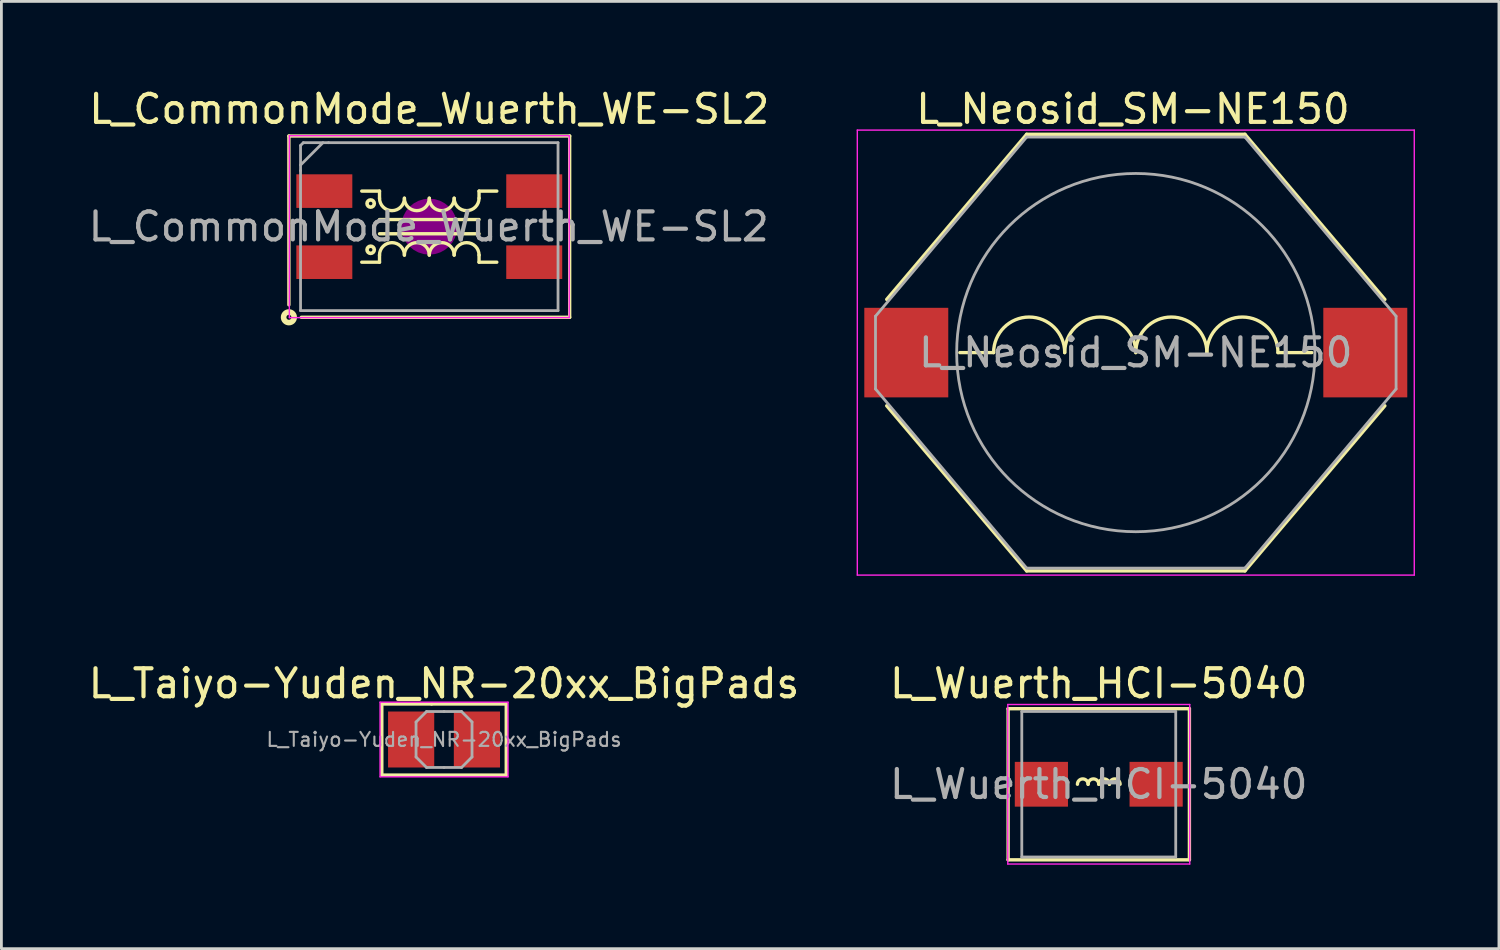
<source format=kicad_pcb>
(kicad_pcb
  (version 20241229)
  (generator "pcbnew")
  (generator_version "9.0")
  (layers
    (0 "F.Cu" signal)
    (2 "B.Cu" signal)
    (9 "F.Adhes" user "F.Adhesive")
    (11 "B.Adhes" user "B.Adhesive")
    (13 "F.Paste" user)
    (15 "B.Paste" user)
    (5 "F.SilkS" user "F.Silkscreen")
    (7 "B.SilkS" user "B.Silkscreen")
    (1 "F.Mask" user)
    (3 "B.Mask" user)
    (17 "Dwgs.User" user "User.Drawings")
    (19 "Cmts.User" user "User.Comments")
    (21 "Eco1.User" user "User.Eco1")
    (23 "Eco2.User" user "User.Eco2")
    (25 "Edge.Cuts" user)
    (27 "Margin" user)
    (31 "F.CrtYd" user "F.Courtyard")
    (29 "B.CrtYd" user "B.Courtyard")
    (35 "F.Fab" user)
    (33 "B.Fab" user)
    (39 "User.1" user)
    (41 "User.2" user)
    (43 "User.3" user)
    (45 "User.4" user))
  (footprint "L_Taiyo-Yuden_NR-20xx_BigPads"
    (layer "F.Cu")
    (at 12.815 23.372)
    (property "Reference" "L_Taiyo-Yuden_NR-20xx_BigPads" (at 0 -2 0) (layer "F.SilkS") (effects (font (size 1 1) (thickness 0.15))))
    (attr smd)
    (fp_line (start -2.223 -1.27) (end -2.223 1.27) (stroke (width 0.12) (type solid)) (layer "F.SilkS"))
    (fp_line (start -2.223 1.27) (end 2.223 1.27) (stroke (width 0.12) (type solid)) (layer "F.SilkS"))
    (fp_line (start -0.445 -1.27) (end -2.223 -1.27) (stroke (width 0.12) (type solid)) (layer "F.SilkS"))
    (fp_line (start 2.223 -1.27) (end -0.445 -1.27) (stroke (width 0.12) (type solid)) (layer "F.SilkS"))
    (fp_line (start 2.223 1.27) (end 2.223 -1.27) (stroke (width 0.12) (type solid)) (layer "F.SilkS"))
    (fp_line (start -2.286 -1.333) (end -2.286 1.333) (stroke (width 0.05) (type solid)) (layer "F.CrtYd"))
    (fp_line (start -2.286 1.333) (end 2.286 1.333) (stroke (width 0.05) (type solid)) (layer "F.CrtYd"))
    (fp_line (start 2.286 -1.333) (end -2.286 -1.333) (stroke (width 0.05) (type solid)) (layer "F.CrtYd"))
    (fp_line (start 2.286 1.333) (end 2.286 -1.333) (stroke (width 0.05) (type solid)) (layer "F.CrtYd"))
    (fp_line (start -1 -0.625) (end -0.625 -1) (stroke (width 0.1) (type solid)) (layer "F.Fab"))
    (fp_line (start -1 0) (end -1 -0.625) (stroke (width 0.1) (type solid)) (layer "F.Fab"))
    (fp_line (start -1 0) (end -1 0.625) (stroke (width 0.1) (type solid)) (layer "F.Fab"))
    (fp_line (start -1 0.625) (end -0.625 1) (stroke (width 0.1) (type solid)) (layer "F.Fab"))
    (fp_line (start -0.625 -1) (end 0 -1) (stroke (width 0.1) (type solid)) (layer "F.Fab"))
    (fp_line (start -0.625 1) (end 0 1) (stroke (width 0.1) (type solid)) (layer "F.Fab"))
    (fp_line (start 0.625 -1) (end 0 -1) (stroke (width 0.1) (type solid)) (layer "F.Fab"))
    (fp_line (start 0.625 1) (end 0 1) (stroke (width 0.1) (type solid)) (layer "F.Fab"))
    (fp_line (start 1 -0.625) (end 0.625 -1) (stroke (width 0.1) (type solid)) (layer "F.Fab"))
    (fp_line (start 1 0) (end 1 -0.625) (stroke (width 0.1) (type solid)) (layer "F.Fab"))
    (fp_line (start 1 0) (end 1 0.625) (stroke (width 0.1) (type solid)) (layer "F.Fab"))
    (fp_line (start 1 0.625) (end 0.625 1) (stroke (width 0.1) (type solid)) (layer "F.Fab"))
    (fp_text user "${REFERENCE}" (at 0 0 0) (layer "F.Fab") (effects (font (size 0.5 0.5) (thickness 0.075))))
    (pad "1" smd rect (at -1.175 0) (size 1.65 2) (layers "F.Cu" "F.Mask" "F.Paste"))
    (pad "2" smd rect (at 1.175 0) (size 1.65 2) (layers "F.Cu" "F.Mask" "F.Paste")))
  (footprint "L_Neosid_SM-NE150"
    (layer "F.Cu")
    (at 37.531 9.548)
    (property "Reference" "L_Neosid_SM-NE150" (at -0.1 -8.7 0) (layer "F.SilkS") (effects (font (size 1 1) (thickness 0.15))))
    (attr smd)
    (fp_line (start -8.9 1.9) (end -3.9 7.8) (stroke (width 0.12) (type solid)) (layer "F.SilkS"))
    (fp_line (start -5.08 0) (end -6.287 0) (stroke (width 0.12) (type solid)) (layer "F.SilkS"))
    (fp_line (start -3.9 -7.8) (end -8.9 -1.9) (stroke (width 0.12) (type solid)) (layer "F.SilkS"))
    (fp_line (start -3.9 -7.8) (end 3.9 -7.8) (stroke (width 0.12) (type solid)) (layer "F.SilkS"))
    (fp_line (start -3.9 7.8) (end 3.9 7.8) (stroke (width 0.12) (type solid)) (layer "F.SilkS"))
    (fp_line (start 3.9 -7.8) (end 8.9 -1.9) (stroke (width 0.12) (type solid)) (layer "F.SilkS"))
    (fp_line (start 3.9 7.8) (end 8.9 1.9) (stroke (width 0.12) (type solid)) (layer "F.SilkS"))
    (fp_line (start 5.08 0) (end 6.287 0) (stroke (width 0.12) (type solid)) (layer "F.SilkS"))
    (fp_arc (start -5.08 0) (mid -3.81 -1.27) (end -2.54 0) (stroke (width 0.12) (type solid)) (layer "F.SilkS"))
    (fp_arc (start -2.54 0) (mid -1.27 -1.27) (end 0 0) (stroke (width 0.12) (type solid)) (layer "F.SilkS"))
    (fp_arc (start 0 0) (mid 1.27 -1.27) (end 2.54 0) (stroke (width 0.12) (type solid)) (layer "F.SilkS"))
    (fp_arc (start 2.54 0) (mid 3.81 -1.27) (end 5.08 0) (stroke (width 0.12) (type solid)) (layer "F.SilkS"))
    (fp_line (start -9.95 -7.95) (end -9.95 7.95) (stroke (width 0.05) (type solid)) (layer "F.CrtYd"))
    (fp_line (start -9.95 -7.95) (end 9.95 -7.95) (stroke (width 0.05) (type solid)) (layer "F.CrtYd"))
    (fp_line (start 9.95 7.95) (end -9.95 7.95) (stroke (width 0.05) (type solid)) (layer "F.CrtYd"))
    (fp_line (start 9.95 7.95) (end 9.95 -7.95) (stroke (width 0.05) (type solid)) (layer "F.CrtYd"))
    (fp_line (start -9.3 -1.3) (end -3.9 -7.7) (stroke (width 0.1) (type solid)) (layer "F.Fab"))
    (fp_line (start -9.3 1.3) (end -9.3 -1.3) (stroke (width 0.1) (type solid)) (layer "F.Fab"))
    (fp_line (start -3.9 -7.7) (end 3.9 -7.7) (stroke (width 0.1) (type solid)) (layer "F.Fab"))
    (fp_line (start -3.9 7.7) (end -9.3 1.3) (stroke (width 0.1) (type solid)) (layer "F.Fab"))
    (fp_line (start 3.9 -7.7) (end 9.3 -1.3) (stroke (width 0.1) (type solid)) (layer "F.Fab"))
    (fp_line (start 3.9 7.7) (end -3.9 7.7) (stroke (width 0.1) (type solid)) (layer "F.Fab"))
    (fp_line (start 9.3 -1.3) (end 9.3 1.3) (stroke (width 0.1) (type solid)) (layer "F.Fab"))
    (fp_line (start 9.3 1.3) (end 3.9 7.7) (stroke (width 0.1) (type solid)) (layer "F.Fab"))
    (fp_circle (center 0 0) (end -6.4 0) (stroke (width 0.1) (type solid)) (fill no) (layer "F.Fab"))
    (fp_text user "${REFERENCE}" (at 0 0 0) (layer "F.Fab") (effects (font (size 1 1) (thickness 0.15))))
    (pad "1" smd rect (at -8.2 0 180) (size 3 3.2) (layers "F.Cu" "F.Mask" "F.Paste"))
    (pad "2" smd rect (at 8.2 0) (size 3 3.2) (layers "F.Cu" "F.Mask" "F.Paste")))
  (footprint "L_CommonMode_Wuerth_WE-SL2"
    (layer "F.Cu")
    (at 12.288 5.048)
    (property "Reference" "L_CommonMode_Wuerth_WE-SL2" (at 0 -4.2 0) (layer "F.SilkS") (effects (font (size 1 1) (thickness 0.15))))
    (attr smd)
    (fp_line (start -5.016 -3.239) (end -5.016 2.794) (stroke (width 0.12) (type solid)) (layer "F.SilkS"))
    (fp_line (start -4.572 3.239) (end 5.016 3.239) (stroke (width 0.12) (type solid)) (layer "F.SilkS"))
    (fp_line (start -2.413 -1.27) (end -1.778 -1.27) (stroke (width 0.12) (type solid)) (layer "F.SilkS"))
    (fp_line (start -2.413 1.27) (end -1.778 1.27) (stroke (width 0.12) (type solid)) (layer "F.SilkS"))
    (fp_line (start -1.778 -1.016) (end -1.778 -1.27) (stroke (width 0.12) (type solid)) (layer "F.SilkS"))
    (fp_line (start -1.778 0.254) (end 1.778 0.254) (stroke (width 0.12) (type solid)) (layer "F.SilkS"))
    (fp_line (start -1.778 1.016) (end -1.778 1.27) (stroke (width 0.12) (type solid)) (layer "F.SilkS"))
    (fp_line (start 1.778 -1.27) (end 2.413 -1.27) (stroke (width 0.12) (type solid)) (layer "F.SilkS"))
    (fp_line (start 1.778 -1.016) (end 1.778 -1.27) (stroke (width 0.12) (type solid)) (layer "F.SilkS"))
    (fp_line (start 1.778 -0.254) (end -1.778 -0.254) (stroke (width 0.12) (type solid)) (layer "F.SilkS"))
    (fp_line (start 1.778 1.016) (end 1.778 1.27) (stroke (width 0.12) (type solid)) (layer "F.SilkS"))
    (fp_line (start 1.778 1.27) (end 2.413 1.27) (stroke (width 0.12) (type solid)) (layer "F.SilkS"))
    (fp_line (start 5.016 -3.239) (end -5.016 -3.239) (stroke (width 0.12) (type solid)) (layer "F.SilkS"))
    (fp_line (start 5.016 3.239) (end 5.016 -3.239) (stroke (width 0.12) (type solid)) (layer "F.SilkS"))
    (fp_arc (start -1.778 1.016) (mid -1.3335 0.5715) (end -0.889 1.016) (stroke (width 0.12) (type solid)) (layer "F.SilkS"))
    (fp_arc (start -0.889 -1.016) (mid -1.3335 -0.5715) (end -1.778 -1.016) (stroke (width 0.12) (type solid)) (layer "F.SilkS"))
    (fp_arc (start -0.889 1.016) (mid -0.4445 0.5715) (end 0 1.016) (stroke (width 0.12) (type solid)) (layer "F.SilkS"))
    (fp_arc (start 0 -1.016) (mid -0.4445 -0.5715) (end -0.889 -1.016) (stroke (width 0.12) (type solid)) (layer "F.SilkS"))
    (fp_arc (start 0 1.016) (mid 0.4445 0.5715) (end 0.889 1.016) (stroke (width 0.12) (type solid)) (layer "F.SilkS"))
    (fp_arc (start 0.889 -1.016) (mid 0.4445 -0.5715) (end 0 -1.016) (stroke (width 0.12) (type solid)) (layer "F.SilkS"))
    (fp_arc (start 0.889 1.016) (mid 1.3335 0.5715) (end 1.778 1.016) (stroke (width 0.12) (type solid)) (layer "F.SilkS"))
    (fp_arc (start 1.778 -1.016) (mid 1.3335 -0.5715) (end 0.889 -1.016) (stroke (width 0.12) (type solid)) (layer "F.SilkS"))
    (fp_circle (center -5.016 3.239) (end -4.927 3.239) (stroke (width 0.2) (type solid)) (fill no) (layer "F.SilkS"))
    (fp_circle (center -2.095 -0.826) (end -2.095 -0.762) (stroke (width 0.13) (type solid)) (fill no) (layer "F.SilkS"))
    (fp_circle (center -2.095 0.826) (end -2.095 0.762) (stroke (width 0.13) (type solid)) (fill no) (layer "F.SilkS"))
    (fp_circle (center 0 0) (end 0.5 0) (stroke (width 1) (type solid)) (fill no) (layer "F.Adhes"))
    (fp_line (start -5 -3.25) (end 5 -3.25) (stroke (width 0.05) (type solid)) (layer "F.CrtYd"))
    (fp_line (start -5 3.25) (end -5 -3.25) (stroke (width 0.05) (type solid)) (layer "F.CrtYd"))
    (fp_line (start 5 -3.25) (end 5 3.25) (stroke (width 0.05) (type solid)) (layer "F.CrtYd"))
    (fp_line (start 5 3.25) (end -5 3.25) (stroke (width 0.05) (type solid)) (layer "F.CrtYd"))
    (fp_line (start -4.6 -2.9) (end -4.5 -3) (stroke (width 0.1) (type solid)) (layer "F.Fab"))
    (fp_line (start -4.6 -2.2) (end -3.8 -3) (stroke (width 0.1) (type solid)) (layer "F.Fab"))
    (fp_line (start -4.6 -2) (end -4.6 -2.9) (stroke (width 0.1) (type solid)) (layer "F.Fab"))
    (fp_line (start -4.6 -2) (end -4.6 3) (stroke (width 0.1) (type solid)) (layer "F.Fab"))
    (fp_line (start -4.5 -3) (end -3.6 -3) (stroke (width 0.1) (type solid)) (layer "F.Fab"))
    (fp_line (start -3.6 -3) (end 4.6 -3) (stroke (width 0.1) (type solid)) (layer "F.Fab"))
    (fp_line (start 4.6 -3) (end 4.6 3) (stroke (width 0.1) (type solid)) (layer "F.Fab"))
    (fp_line (start 4.6 3) (end -4.6 3) (stroke (width 0.1) (type solid)) (layer "F.Fab"))
    (fp_text user "${REFERENCE}" (at -0.02 0 0) (layer "F.Fab") (effects (font (size 1 1) (thickness 0.15))))
    (pad "1" smd rect (at -3.75 -1.27) (size 2 1.2) (layers "F.Cu" "F.Mask" "F.Paste"))
    (pad "2" smd rect (at -3.75 1.27) (size 2 1.2) (layers "F.Cu" "F.Mask" "F.Paste"))
    (pad "3" smd rect (at 3.75 1.27) (size 2 1.2) (layers "F.Cu" "F.Mask" "F.Paste"))
    (pad "4" smd rect (at 3.75 -1.27) (size 2 1.2) (layers "F.Cu" "F.Mask" "F.Paste")))
  (footprint "L_Wuerth_HCI-5040"
    (layer "F.Cu")
    (at 36.208 24.971)
    (property "Reference" "L_Wuerth_HCI-5040" (at 0 -3.6 0) (layer "F.SilkS") (effects (font (size 1 1) (thickness 0.15))))
    (attr smd)
    (fp_line (start -3.239 -2.7) (end -3.239 2.7) (stroke (width 0.12) (type solid)) (layer "F.SilkS"))
    (fp_line (start -3.239 -2.7) (end 3.239 -2.7) (stroke (width 0.12) (type solid)) (layer "F.SilkS"))
    (fp_line (start -3.239 2.7) (end 3.239 2.7) (stroke (width 0.12) (type solid)) (layer "F.SilkS"))
    (fp_line (start 3.239 2.7) (end 3.239 -2.7) (stroke (width 0.12) (type solid)) (layer "F.SilkS"))
    (fp_arc (start -0.762 0) (mid -0.5715 -0.1905) (end -0.381 0) (stroke (width 0.12) (type solid)) (layer "F.SilkS"))
    (fp_arc (start -0.381 0) (mid -0.1905 -0.1905) (end 0 0) (stroke (width 0.12) (type solid)) (layer "F.SilkS"))
    (fp_arc (start 0 0) (mid 0.1905 -0.1905) (end 0.381 0) (stroke (width 0.12) (type solid)) (layer "F.SilkS"))
    (fp_arc (start 0.381 0) (mid 0.5715 -0.1905) (end 0.762 0) (stroke (width 0.12) (type solid)) (layer "F.SilkS"))
    (fp_line (start -3.25 -2.85) (end -3.25 2.85) (stroke (width 0.05) (type solid)) (layer "F.CrtYd"))
    (fp_line (start -3.25 2.85) (end 3.25 2.85) (stroke (width 0.05) (type solid)) (layer "F.CrtYd"))
    (fp_line (start 3.25 -2.85) (end -3.25 -2.85) (stroke (width 0.05) (type solid)) (layer "F.CrtYd"))
    (fp_line (start 3.25 2.85) (end 3.25 -2.85) (stroke (width 0.05) (type solid)) (layer "F.CrtYd"))
    (fp_line (start -2.75 -2.6) (end -2.75 2.6) (stroke (width 0.1) (type solid)) (layer "F.Fab"))
    (fp_line (start -2.75 2.6) (end 2.75 2.6) (stroke (width 0.1) (type solid)) (layer "F.Fab"))
    (fp_line (start 2.75 -2.6) (end -2.75 -2.6) (stroke (width 0.1) (type solid)) (layer "F.Fab"))
    (fp_line (start 2.75 2.6) (end 2.75 -2.6) (stroke (width 0.1) (type solid)) (layer "F.Fab"))
    (fp_text user "${REFERENCE}" (at 0 0 0) (layer "F.Fab") (effects (font (size 1 1) (thickness 0.15))))
    (pad "1" smd rect (at -2.05 0) (size 1.9 1.6) (layers "F.Cu" "F.Mask" "F.Paste"))
    (pad "2" smd rect (at 2.05 0) (size 1.9 1.6) (layers "F.Cu" "F.Mask" "F.Paste")))
  (gr_rect
    (start -3 -3)
    (end 50.506 30.846)
    (stroke (width 0.1) (type default))
    (fill no)
    (layer "Edge.Cuts")))
</source>
